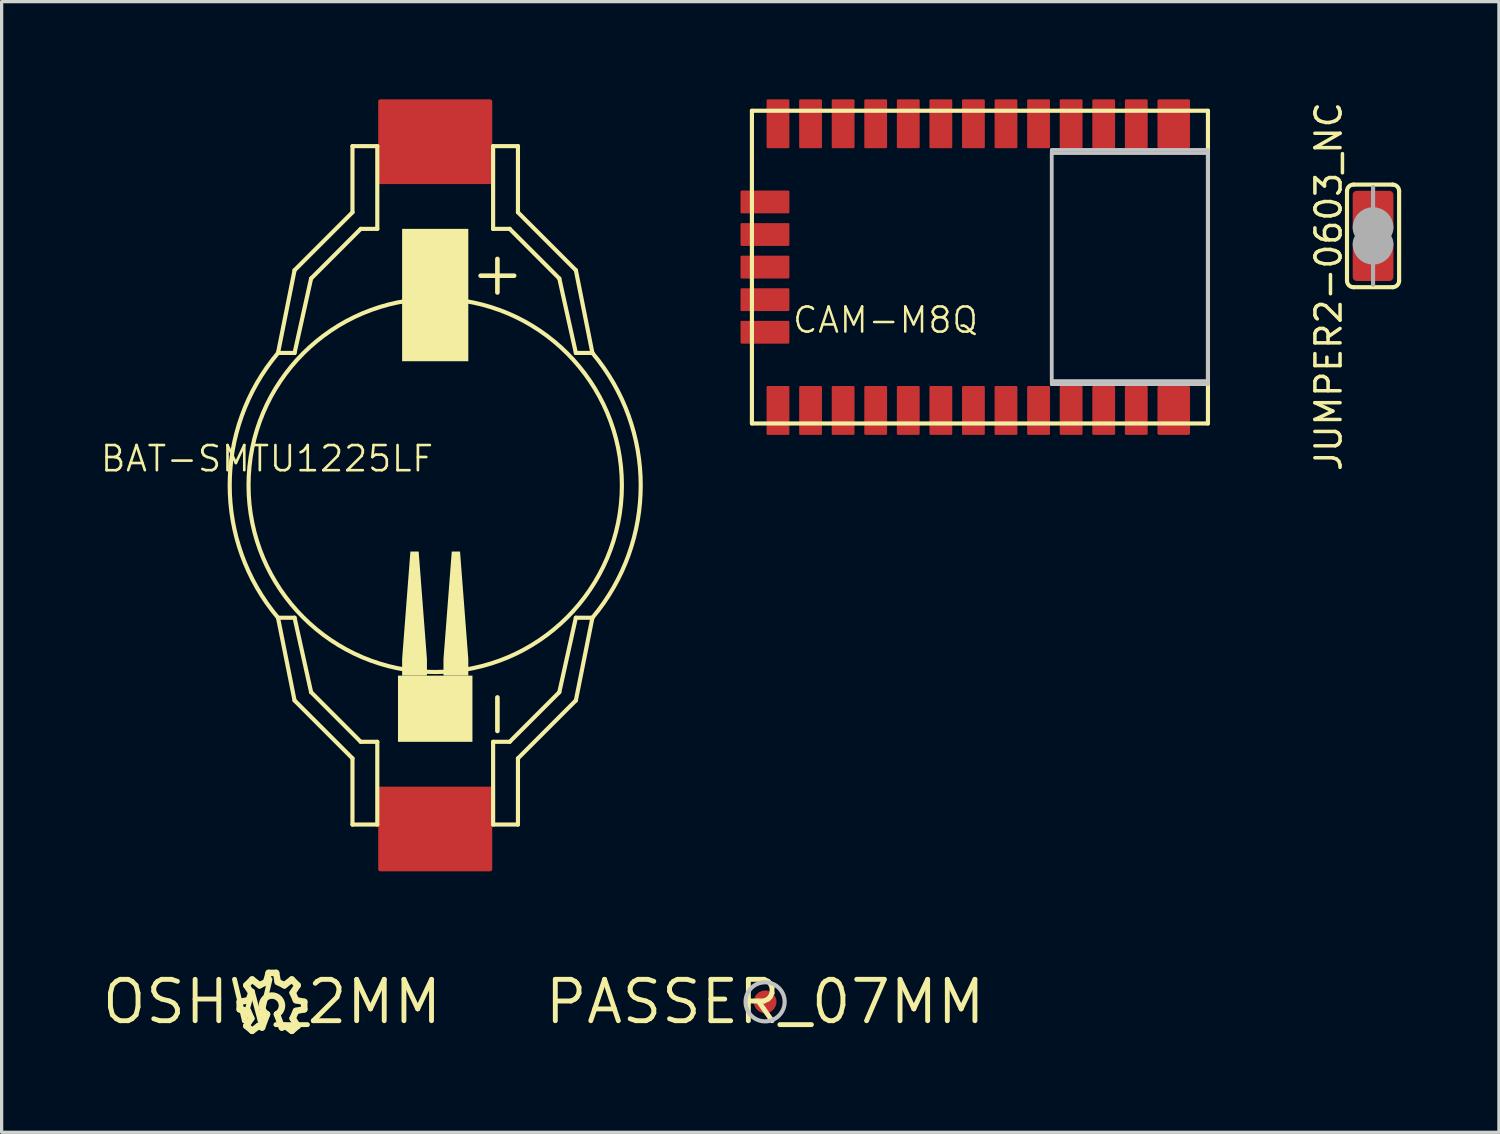
<source format=kicad_pcb>
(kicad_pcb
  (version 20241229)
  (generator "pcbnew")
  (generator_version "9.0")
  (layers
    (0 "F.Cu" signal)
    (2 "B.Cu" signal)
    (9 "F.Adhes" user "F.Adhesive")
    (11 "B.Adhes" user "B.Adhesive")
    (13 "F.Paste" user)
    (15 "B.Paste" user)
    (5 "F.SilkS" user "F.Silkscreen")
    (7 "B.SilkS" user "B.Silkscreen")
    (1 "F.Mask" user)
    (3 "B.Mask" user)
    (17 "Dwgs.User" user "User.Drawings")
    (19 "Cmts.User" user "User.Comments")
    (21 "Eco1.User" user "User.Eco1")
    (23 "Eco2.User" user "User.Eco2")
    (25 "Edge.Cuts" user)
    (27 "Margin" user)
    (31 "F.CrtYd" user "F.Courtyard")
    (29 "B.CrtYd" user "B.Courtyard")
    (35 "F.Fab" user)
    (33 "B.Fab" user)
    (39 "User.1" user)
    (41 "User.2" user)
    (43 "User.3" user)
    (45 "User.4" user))
  (footprint "OSHW_2MM"
    (layer "F.Cu")
    (at 5.299 27.706)
    (property "Reference" "OSHW_2MM" (at 0 0 0) (layer "F.SilkS") (effects (font (size 1.27 1.27) (thickness 0.15))))
    (attr through_hole)
    (fp_line (start -0.99 0.001) (end -0.711 -0.05) (stroke (width 0.2) (type solid)) (layer "F.SilkS"))
    (fp_line (start -0.99 0.23) (end -0.99 0.001) (stroke (width 0.2) (type solid)) (layer "F.SilkS"))
    (fp_line (start -0.787 -0.507) (end -0.609 -0.685) (stroke (width 0.2) (type solid)) (layer "F.SilkS"))
    (fp_line (start -0.787 0.738) (end -0.634 0.509) (stroke (width 0.2) (type solid)) (layer "F.SilkS"))
    (fp_line (start -0.736 0.28) (end -0.99 0.23) (stroke (width 0.2) (type solid)) (layer "F.SilkS"))
    (fp_line (start -0.711 -0.05) (end -0.634 -0.278) (stroke (width 0.2) (type solid)) (layer "F.SilkS"))
    (fp_line (start -0.634 -0.278) (end -0.787 -0.507) (stroke (width 0.2) (type solid)) (layer "F.SilkS"))
    (fp_line (start -0.634 0.509) (end -0.736 0.28) (stroke (width 0.2) (type solid)) (layer "F.SilkS"))
    (fp_line (start -0.609 -0.685) (end -0.38 -0.507) (stroke (width 0.2) (type solid)) (layer "F.SilkS"))
    (fp_line (start -0.609 0.89) (end -0.787 0.738) (stroke (width 0.2) (type solid)) (layer "F.SilkS"))
    (fp_line (start -0.406 0.738) (end -0.609 0.89) (stroke (width 0.2) (type solid)) (layer "F.SilkS"))
    (fp_line (start -0.38 -0.507) (end -0.177 -0.609) (stroke (width 0.2) (type solid)) (layer "F.SilkS"))
    (fp_line (start -0.304 0.788) (end -0.406 0.738) (stroke (width 0.2) (type solid)) (layer "F.SilkS"))
    (fp_line (start -0.177 -0.609) (end -0.101 -0.888) (stroke (width 0.2) (type solid)) (layer "F.SilkS"))
    (fp_line (start -0.152 0.382) (end -0.304 0.788) (stroke (width 0.2) (type solid)) (layer "F.SilkS"))
    (fp_line (start -0.101 -0.888) (end 0.128 -0.888) (stroke (width 0.2) (type solid)) (layer "F.SilkS"))
    (fp_line (start 0.128 -0.888) (end 0.178 -0.609) (stroke (width 0.2) (type solid)) (layer "F.SilkS"))
    (fp_line (start 0.178 -0.609) (end 0.382 -0.507) (stroke (width 0.2) (type solid)) (layer "F.SilkS"))
    (fp_line (start 0.305 0.788) (end 0.153 0.382) (stroke (width 0.2) (type solid)) (layer "F.SilkS"))
    (fp_line (start 0.382 -0.507) (end 0.61 -0.685) (stroke (width 0.2) (type solid)) (layer "F.SilkS"))
    (fp_line (start 0.407 0.738) (end 0.305 0.788) (stroke (width 0.2) (type solid)) (layer "F.SilkS"))
    (fp_line (start 0.61 -0.685) (end 0.788 -0.507) (stroke (width 0.2) (type solid)) (layer "F.SilkS"))
    (fp_line (start 0.61 0.89) (end 0.407 0.738) (stroke (width 0.2) (type solid)) (layer "F.SilkS"))
    (fp_line (start 0.636 -0.278) (end 0.737 -0.05) (stroke (width 0.2) (type solid)) (layer "F.SilkS"))
    (fp_line (start 0.636 0.509) (end 0.788 0.738) (stroke (width 0.2) (type solid)) (layer "F.SilkS"))
    (fp_line (start 0.737 -0.05) (end 0.991 0.001) (stroke (width 0.2) (type solid)) (layer "F.SilkS"))
    (fp_line (start 0.737 0.28) (end 0.636 0.509) (stroke (width 0.2) (type solid)) (layer "F.SilkS"))
    (fp_line (start 0.788 -0.507) (end 0.636 -0.278) (stroke (width 0.2) (type solid)) (layer "F.SilkS"))
    (fp_line (start 0.788 0.738) (end 0.61 0.89) (stroke (width 0.2) (type solid)) (layer "F.SilkS"))
    (fp_line (start 0.991 0.001) (end 0.991 0.23) (stroke (width 0.2) (type solid)) (layer "F.SilkS"))
    (fp_line (start 0.991 0.23) (end 0.737 0.28) (stroke (width 0.2) (type solid)) (layer "F.SilkS"))
    (fp_arc (start -0.1518 0.382) (mid 0.0006 -0.191872) (end 0.153 0.382) (stroke (width 0.2) (type solid)) (layer "F.SilkS")))
  (footprint "CAM-M8Q"
    (layer "F.Cu")
    (at 27.034 5.15)
    (property "Reference" "CAM-M8Q" (at 0 1.175 180) (layer "F.SilkS") (effects (font (size 0.772 0.772) (thickness 0.077)) (justify right top)))
    (attr through_hole)
    (fp_line (start -7 -4.8) (end -7 4.8) (stroke (width 0.127) (type solid)) (layer "F.SilkS"))
    (fp_line (start -7 4.8) (end 7 4.8) (stroke (width 0.127) (type solid)) (layer "F.SilkS"))
    (fp_line (start 7 -4.8) (end -7 -4.8) (stroke (width 0.127) (type solid)) (layer "F.SilkS"))
    (fp_line (start 7 4.8) (end 7 -4.8) (stroke (width 0.127) (type solid)) (layer "F.SilkS"))
    (fp_poly (pts (xy 2.2 3.5) (xy 7 3.5) (xy 7 -3.5) (xy 2.2 -3.5)) (stroke (width 0.1) (type solid)) (fill no) (layer "Dwgs.User"))
    (fp_poly (pts (xy 2.2 3.5) (xy 7 3.5) (xy 7 -3.5) (xy 2.2 -3.5)) (stroke (width 0.1) (type solid)) (fill no) (layer "Dwgs.User"))
    (fp_poly (pts (xy 2.2 3.6) (xy 7 3.6) (xy 7 -3.6) (xy 2.2 -3.6)) (stroke (width 0.1) (type solid)) (fill no) (layer "Dwgs.User"))
    (fp_poly (pts (xy 2.2 3.6) (xy 7 3.6) (xy 7 -3.6) (xy 2.2 -3.6)) (stroke (width 0.1) (type solid)) (fill no) (layer "Dwgs.User"))
    (pad "1" smd roundrect (at -6.2 4.4 90) (size 1.5 0.7) (layers "F.Cu" "F.Mask" "F.Paste") (roundrect_rratio 0.05))
    (pad "2" smd roundrect (at -5.2 4.4 90) (size 1.5 0.7) (layers "F.Cu" "F.Mask" "F.Paste") (roundrect_rratio 0.05))
    (pad "3" smd roundrect (at -4.2 4.4 90) (size 1.5 0.7) (layers "F.Cu" "F.Mask" "F.Paste") (roundrect_rratio 0.05))
    (pad "4" smd roundrect (at -3.2 4.4 90) (size 1.5 0.7) (layers "F.Cu" "F.Mask" "F.Paste") (roundrect_rratio 0.05))
    (pad "5" smd roundrect (at -2.2 4.4 90) (size 1.5 0.7) (layers "F.Cu" "F.Mask" "F.Paste") (roundrect_rratio 0.05))
    (pad "6" smd roundrect (at -1.2 4.4 90) (size 1.5 0.7) (layers "F.Cu" "F.Mask" "F.Paste") (roundrect_rratio 0.05))
    (pad "7" smd roundrect (at -0.2 4.4 90) (size 1.5 0.7) (layers "F.Cu" "F.Mask" "F.Paste") (roundrect_rratio 0.05))
    (pad "8" smd roundrect (at 0.8 4.4 90) (size 1.5 0.7) (layers "F.Cu" "F.Mask" "F.Paste") (roundrect_rratio 0.05))
    (pad "9" smd roundrect (at 1.8 4.4 90) (size 1.5 0.7) (layers "F.Cu" "F.Mask" "F.Paste") (roundrect_rratio 0.05))
    (pad "10" smd roundrect (at 2.8 4.4 90) (size 1.5 0.7) (layers "F.Cu" "F.Mask" "F.Paste") (roundrect_rratio 0.05))
    (pad "11" smd roundrect (at 3.8 4.4 90) (size 1.5 0.7) (layers "F.Cu" "F.Mask" "F.Paste") (roundrect_rratio 0.05))
    (pad "12" smd roundrect (at 4.8 4.4 90) (size 1.5 0.7) (layers "F.Cu" "F.Mask" "F.Paste") (roundrect_rratio 0.05))
    (pad "13" smd roundrect (at 5.95 4.4 90) (size 1.5 1) (layers "F.Cu" "F.Mask" "F.Paste") (roundrect_rratio 0.05))
    (pad "14" smd roundrect (at 5.95 -4.4 90) (size 1.5 1) (layers "F.Cu" "F.Mask" "F.Paste") (roundrect_rratio 0.05))
    (pad "15" smd roundrect (at 4.8 -4.4 90) (size 1.5 0.7) (layers "F.Cu" "F.Mask" "F.Paste") (roundrect_rratio 0.05))
    (pad "16" smd roundrect (at 3.8 -4.4 90) (size 1.5 0.7) (layers "F.Cu" "F.Mask" "F.Paste") (roundrect_rratio 0.05))
    (pad "17" smd roundrect (at 2.8 -4.4 90) (size 1.5 0.7) (layers "F.Cu" "F.Mask" "F.Paste") (roundrect_rratio 0.05))
    (pad "18" smd roundrect (at 1.8 -4.4 90) (size 1.5 0.7) (layers "F.Cu" "F.Mask" "F.Paste") (roundrect_rratio 0.05))
    (pad "19" smd roundrect (at 0.8 -4.4 90) (size 1.5 0.7) (layers "F.Cu" "F.Mask" "F.Paste") (roundrect_rratio 0.05))
    (pad "20" smd roundrect (at -0.2 -4.4 90) (size 1.5 0.7) (layers "F.Cu" "F.Mask" "F.Paste") (roundrect_rratio 0.05))
    (pad "21" smd roundrect (at -1.2 -4.4 90) (size 1.5 0.7) (layers "F.Cu" "F.Mask" "F.Paste") (roundrect_rratio 0.05))
    (pad "22" smd roundrect (at -2.2 -4.4 90) (size 1.5 0.7) (layers "F.Cu" "F.Mask" "F.Paste") (roundrect_rratio 0.05))
    (pad "23" smd roundrect (at -3.2 -4.4 90) (size 1.5 0.7) (layers "F.Cu" "F.Mask" "F.Paste") (roundrect_rratio 0.05))
    (pad "24" smd roundrect (at -4.2 -4.4 90) (size 1.5 0.7) (layers "F.Cu" "F.Mask" "F.Paste") (roundrect_rratio 0.05))
    (pad "25" smd roundrect (at -5.2 -4.4 90) (size 1.5 0.7) (layers "F.Cu" "F.Mask" "F.Paste") (roundrect_rratio 0.05))
    (pad "26" smd roundrect (at -6.2 -4.4 90) (size 1.5 0.7) (layers "F.Cu" "F.Mask" "F.Paste") (roundrect_rratio 0.05))
    (pad "27" smd roundrect (at -6.6 -2 180) (size 1.5 0.7) (layers "F.Cu" "F.Mask" "F.Paste") (roundrect_rratio 0.05))
    (pad "28" smd roundrect (at -6.6 -1 180) (size 1.5 0.7) (layers "F.Cu" "F.Mask" "F.Paste") (roundrect_rratio 0.05))
    (pad "29" smd roundrect (at -6.6 0 180) (size 1.5 0.7) (layers "F.Cu" "F.Mask" "F.Paste") (roundrect_rratio 0.05))
    (pad "30" smd roundrect (at -6.6 1 180) (size 1.5 0.7) (layers "F.Cu" "F.Mask" "F.Paste") (roundrect_rratio 0.05))
    (pad "31" smd roundrect (at -6.6 2 180) (size 1.5 0.7) (layers "F.Cu" "F.Mask" "F.Paste") (roundrect_rratio 0.05)))
  (footprint "BAT-SMTU1225LF"
    (layer "F.Cu")
    (at 10.311 11.85)
    (property "Reference" "BAT-SMTU1225LF" (at 0 -1.27 0) (layer "F.SilkS") (effects (font (size 0.772 0.772) (thickness 0.081)) (justify right top)))
    (attr through_hole)
    (fp_line (start -4.826 -4.064) (end -4.318 -4.064) (stroke (width 0.127) (type solid)) (layer "F.SilkS"))
    (fp_line (start -4.826 4.064) (end -4.318 4.064) (stroke (width 0.127) (type solid)) (layer "F.SilkS"))
    (fp_line (start -4.318 -6.604) (end -4.826 -4.064) (stroke (width 0.127) (type solid)) (layer "F.SilkS"))
    (fp_line (start -4.318 -4.064) (end -3.81 -6.35) (stroke (width 0.127) (type solid)) (layer "F.SilkS"))
    (fp_line (start -4.318 4.064) (end -3.81 6.35) (stroke (width 0.127) (type solid)) (layer "F.SilkS"))
    (fp_line (start -4.318 6.604) (end -4.826 4.064) (stroke (width 0.127) (type solid)) (layer "F.SilkS"))
    (fp_line (start -3.81 -6.35) (end -2.286 -7.874) (stroke (width 0.127) (type solid)) (layer "F.SilkS"))
    (fp_line (start -3.81 6.35) (end -2.286 7.874) (stroke (width 0.127) (type solid)) (layer "F.SilkS"))
    (fp_line (start -2.54 -10.414) (end -2.54 -8.382) (stroke (width 0.127) (type solid)) (layer "F.SilkS"))
    (fp_line (start -2.54 -8.382) (end -4.318 -6.604) (stroke (width 0.127) (type solid)) (layer "F.SilkS"))
    (fp_line (start -2.54 8.382) (end -4.318 6.604) (stroke (width 0.127) (type solid)) (layer "F.SilkS"))
    (fp_line (start -2.54 10.414) (end -2.54 8.382) (stroke (width 0.127) (type solid)) (layer "F.SilkS"))
    (fp_line (start -2.286 -7.874) (end -1.778 -7.874) (stroke (width 0.127) (type solid)) (layer "F.SilkS"))
    (fp_line (start -2.286 7.874) (end -1.778 7.874) (stroke (width 0.127) (type solid)) (layer "F.SilkS"))
    (fp_line (start -1.778 -10.414) (end -2.54 -10.414) (stroke (width 0.127) (type solid)) (layer "F.SilkS"))
    (fp_line (start -1.778 -7.874) (end -1.778 -10.414) (stroke (width 0.127) (type solid)) (layer "F.SilkS"))
    (fp_line (start -1.778 7.874) (end -1.778 10.414) (stroke (width 0.127) (type solid)) (layer "F.SilkS"))
    (fp_line (start -1.778 10.414) (end -2.54 10.414) (stroke (width 0.127) (type solid)) (layer "F.SilkS"))
    (fp_line (start 1.778 -10.414) (end 2.54 -10.414) (stroke (width 0.127) (type solid)) (layer "F.SilkS"))
    (fp_line (start 1.778 -7.874) (end 1.778 -10.414) (stroke (width 0.127) (type solid)) (layer "F.SilkS"))
    (fp_line (start 1.778 7.874) (end 1.778 10.414) (stroke (width 0.127) (type solid)) (layer "F.SilkS"))
    (fp_line (start 1.778 10.414) (end 2.54 10.414) (stroke (width 0.127) (type solid)) (layer "F.SilkS"))
    (fp_line (start 2.286 -7.874) (end 1.778 -7.874) (stroke (width 0.127) (type solid)) (layer "F.SilkS"))
    (fp_line (start 2.286 7.874) (end 1.778 7.874) (stroke (width 0.127) (type solid)) (layer "F.SilkS"))
    (fp_line (start 2.54 -10.414) (end 2.54 -8.382) (stroke (width 0.127) (type solid)) (layer "F.SilkS"))
    (fp_line (start 2.54 -8.382) (end 4.318 -6.604) (stroke (width 0.127) (type solid)) (layer "F.SilkS"))
    (fp_line (start 2.54 8.382) (end 4.318 6.604) (stroke (width 0.127) (type solid)) (layer "F.SilkS"))
    (fp_line (start 2.54 10.414) (end 2.54 8.382) (stroke (width 0.127) (type solid)) (layer "F.SilkS"))
    (fp_line (start 3.81 -6.35) (end 2.286 -7.874) (stroke (width 0.127) (type solid)) (layer "F.SilkS"))
    (fp_line (start 3.81 6.35) (end 2.286 7.874) (stroke (width 0.127) (type solid)) (layer "F.SilkS"))
    (fp_line (start 4.318 -6.604) (end 4.826 -4.064) (stroke (width 0.127) (type solid)) (layer "F.SilkS"))
    (fp_line (start 4.318 -4.064) (end 3.81 -6.35) (stroke (width 0.127) (type solid)) (layer "F.SilkS"))
    (fp_line (start 4.318 4.064) (end 3.81 6.35) (stroke (width 0.127) (type solid)) (layer "F.SilkS"))
    (fp_line (start 4.318 6.604) (end 4.826 4.064) (stroke (width 0.127) (type solid)) (layer "F.SilkS"))
    (fp_line (start 4.826 -4.064) (end 4.318 -4.064) (stroke (width 0.127) (type solid)) (layer "F.SilkS"))
    (fp_line (start 4.826 4.064) (end 4.318 4.064) (stroke (width 0.127) (type solid)) (layer "F.SilkS"))
    (fp_arc (start -4.826 4.064) (mid -6.309229 0) (end -4.826 -4.064) (stroke (width 0.127) (type solid)) (layer "F.SilkS"))
    (fp_arc (start 4.826 -4.064) (mid 6.309229 0) (end 4.826 4.064) (stroke (width 0.127) (type solid)) (layer "F.SilkS"))
    (fp_circle (center 0 0) (end 5.731 0) (stroke (width 0.127) (type solid)) (fill no) (layer "F.SilkS"))
    (fp_poly (pts (xy -1.143 7.874) (xy 1.143 7.874) (xy 1.143 5.842) (xy -1.143 5.842)) (stroke (width 0) (type solid)) (fill yes) (layer "F.SilkS"))
    (fp_poly (pts (xy -1.016 -3.81) (xy 1.016 -3.81) (xy 1.016 -7.874) (xy -1.016 -7.874)) (stroke (width 0) (type solid)) (fill yes) (layer "F.SilkS"))
    (fp_poly (pts (xy -0.508 2.032) (xy -0.254 5.334) (xy -0.254 5.842) (xy -1.016 5.842) (xy -1.016 5.334) (xy -0.762 2.032)) (stroke (width 0) (type solid)) (fill yes) (layer "F.SilkS"))
    (fp_poly (pts (xy 0.762 2.032) (xy 1.016 5.334) (xy 1.016 5.842) (xy 0.254 5.842) (xy 0.254 5.334) (xy 0.508 2.032)) (stroke (width 0) (type solid)) (fill yes) (layer "F.SilkS"))
    (fp_text user "+" (at 1.016 -7.366 90) (layer "F.SilkS") (effects (font (size 1.351 1.351) (thickness 0.142)) (justify right top)))
    (fp_text user "-" (at 1.016 6.096 90) (layer "F.SilkS") (effects (font (size 1.351 1.351) (thickness 0.142)) (justify right top)))
    (pad "+" smd roundrect (at 0 -10.55 270) (size 2.6 3.5) (layers "F.Cu" "F.Mask" "F.Paste") (roundrect_rratio 0.025))
    (pad "-" smd roundrect (at 0 10.55 270) (size 2.6 3.5) (layers "F.Cu" "F.Mask" "F.Paste") (roundrect_rratio 0.025)))
  (footprint "JUMPER2-0603_NC"
    (layer "F.Cu")
    (at 39.103 4.192)
    (property "Reference" "JUMPER2-0603_NC" (at -1.365 1.555 270) (layer "F.SilkS") (effects (font (size 0.772 0.772) (thickness 0.108))))
    (attr through_hole)
    (fp_poly (pts (xy -0.725 0.1) (xy 0.725 0.1) (xy 0.725 -0.1) (xy -0.725 -0.1)) (stroke (width 0) (type solid)) (fill yes) (layer "F.Mask"))
    (fp_line (start -0.8 1.375) (end -0.8 -1.375) (stroke (width 0.127) (type solid)) (layer "F.SilkS"))
    (fp_line (start -0.6 -1.575) (end 0.6 -1.575) (stroke (width 0.127) (type solid)) (layer "F.SilkS"))
    (fp_line (start -0.6 1.575) (end 0.6 1.575) (stroke (width 0.127) (type solid)) (layer "F.SilkS"))
    (fp_line (start 0.8 -1.375) (end 0.8 1.375) (stroke (width 0.127) (type solid)) (layer "F.SilkS"))
    (fp_arc (start -0.8 -1.375) (mid -0.741421 -1.516421) (end -0.6 -1.575) (stroke (width 0.127) (type solid)) (layer "F.SilkS"))
    (fp_arc (start -0.6 1.575) (mid -0.741421 1.516421) (end -0.8 1.375) (stroke (width 0.127) (type solid)) (layer "F.SilkS"))
    (fp_arc (start 0.6 -1.575) (mid 0.741421 -1.516421) (end 0.8 -1.375) (stroke (width 0.127) (type solid)) (layer "F.SilkS"))
    (fp_arc (start 0.8 1.375) (mid 0.741421 1.516421) (end 0.6 1.575) (stroke (width 0.127) (type solid)) (layer "F.SilkS"))
    (fp_line (start 0 -0.8) (end 0 -1.5) (stroke (width 0.127) (type solid)) (layer "F.Fab"))
    (fp_line (start 0 0.8) (end 0 1.5) (stroke (width 0.127) (type solid)) (layer "F.Fab"))
    (fp_arc (start -0.127 -0.254) (mid 0 -0.381) (end 0.127 -0.254) (stroke (width 1) (type solid)) (layer "F.Fab"))
    (fp_arc (start 0.127 0.254) (mid 0 0.381) (end -0.127 0.254) (stroke (width 1) (type solid)) (layer "F.Fab"))
    (pad "1" smd roundrect (at 0 -0.76) (size 1.25 1.25) (layers "F.Cu" "F.Mask") (roundrect_rratio 0.1))
    (pad "2" smd roundrect (at 0 0.76) (size 1.25 1.25) (layers "F.Cu" "F.Mask") (roundrect_rratio 0.1)))
  (footprint "PASSER_07MM"
    (layer "F.Cu")
    (at 20.439 27.706)
    (property "Reference" "PASSER_07MM" (at 0 0 0) (layer "F.SilkS") (effects (font (size 1.27 1.27) (thickness 0.15))))
    (attr through_hole)
    (fp_circle (center 0 0) (end 0.3 0) (stroke (width 0.6) (type solid)) (fill no) (layer "F.Mask"))
    (fp_circle (center 0 0) (end 0.6 0) (stroke (width 0.127) (type solid)) (fill no) (layer "Dwgs.User"))
    (pad "X" smd roundrect (at 0 0) (size 0.7 0.7) (layers "F.Cu" "F.Mask") (roundrect_rratio 0.5)))
  (gr_rect
    (start -3 -3)
    (end 42.967 31.712)
    (stroke (width 0.1) (type default))
    (fill no)
    (layer "Edge.Cuts")))
</source>
